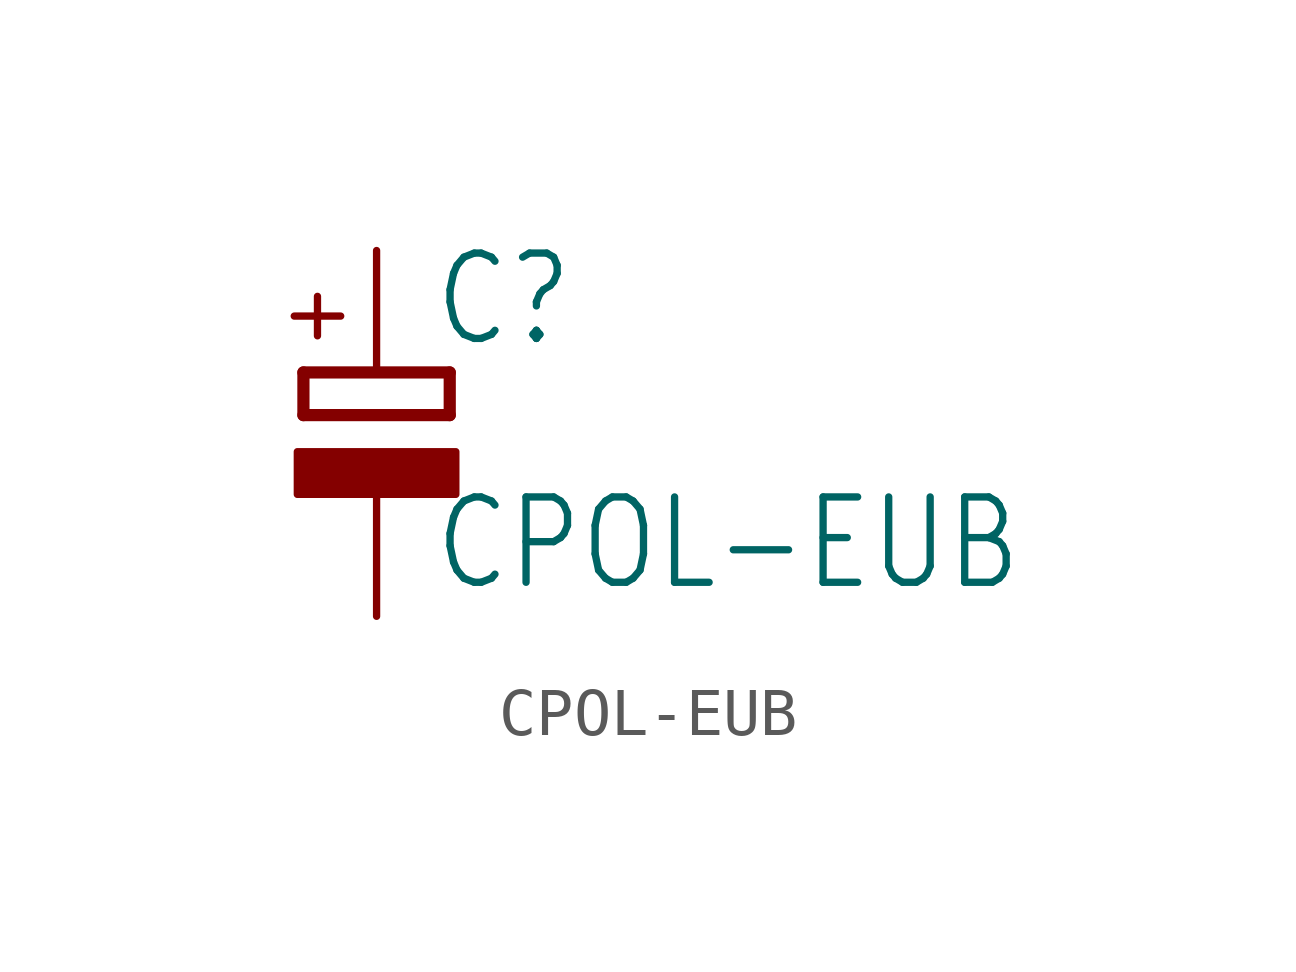
<source format=kicad_sym>
(kicad_symbol_lib
  (version 20210619)
  (generator kicad_symbol_editor)
  (symbol "CPOL-EUB"
    (property "Reference" "C"
      (at 1.143 0.483 0)
      (effects (font (size 1.778 1.511)) (justify left bottom)))
    (property "Value" "CPOL-EUB"
      (at 1.143 -4.597 0)
      (effects (font (size 1.778 1.511)) (justify left bottom)))
    (property "ki_locked" ""
      (at 0 0 0)
      (effects (font (size 1.27 1.27))))
    (symbol "CPOL-EUB_1_0"
      (text "+" (at -0.584 0.406 900) (effects (font (size 1.27 1.079)) (justify left bottom)))
      (rectangle (start -1.651 -2.54) (end 1.651 -1.651) (stroke (width 0)) (fill (type outline)))
      (polyline (pts (xy -1.524 -0.889) (xy 1.524 -0.889)) (stroke (width 0.254)) (fill (type none)))
      (polyline (pts (xy -1.524 0) (xy -1.524 -0.889)) (stroke (width 0.254)) (fill (type none)))
      (polyline (pts (xy -1.524 0) (xy 1.524 0)) (stroke (width 0.254)) (fill (type none)))
      (polyline (pts (xy 1.524 -0.889) (xy 1.524 0)) (stroke (width 0.254)) (fill (type none)))
      (pin passive line (at 0 2.54 270) (length 2.54) (name "+" (effects (font (size 0 0)))) (number "+" (effects (font (size 0 0)))))
      (pin passive line (at 0 -5.08 90) (length 2.54) (name "-" (effects (font (size 0 0)))) (number "-" (effects (font (size 0 0))))))))
</source>
